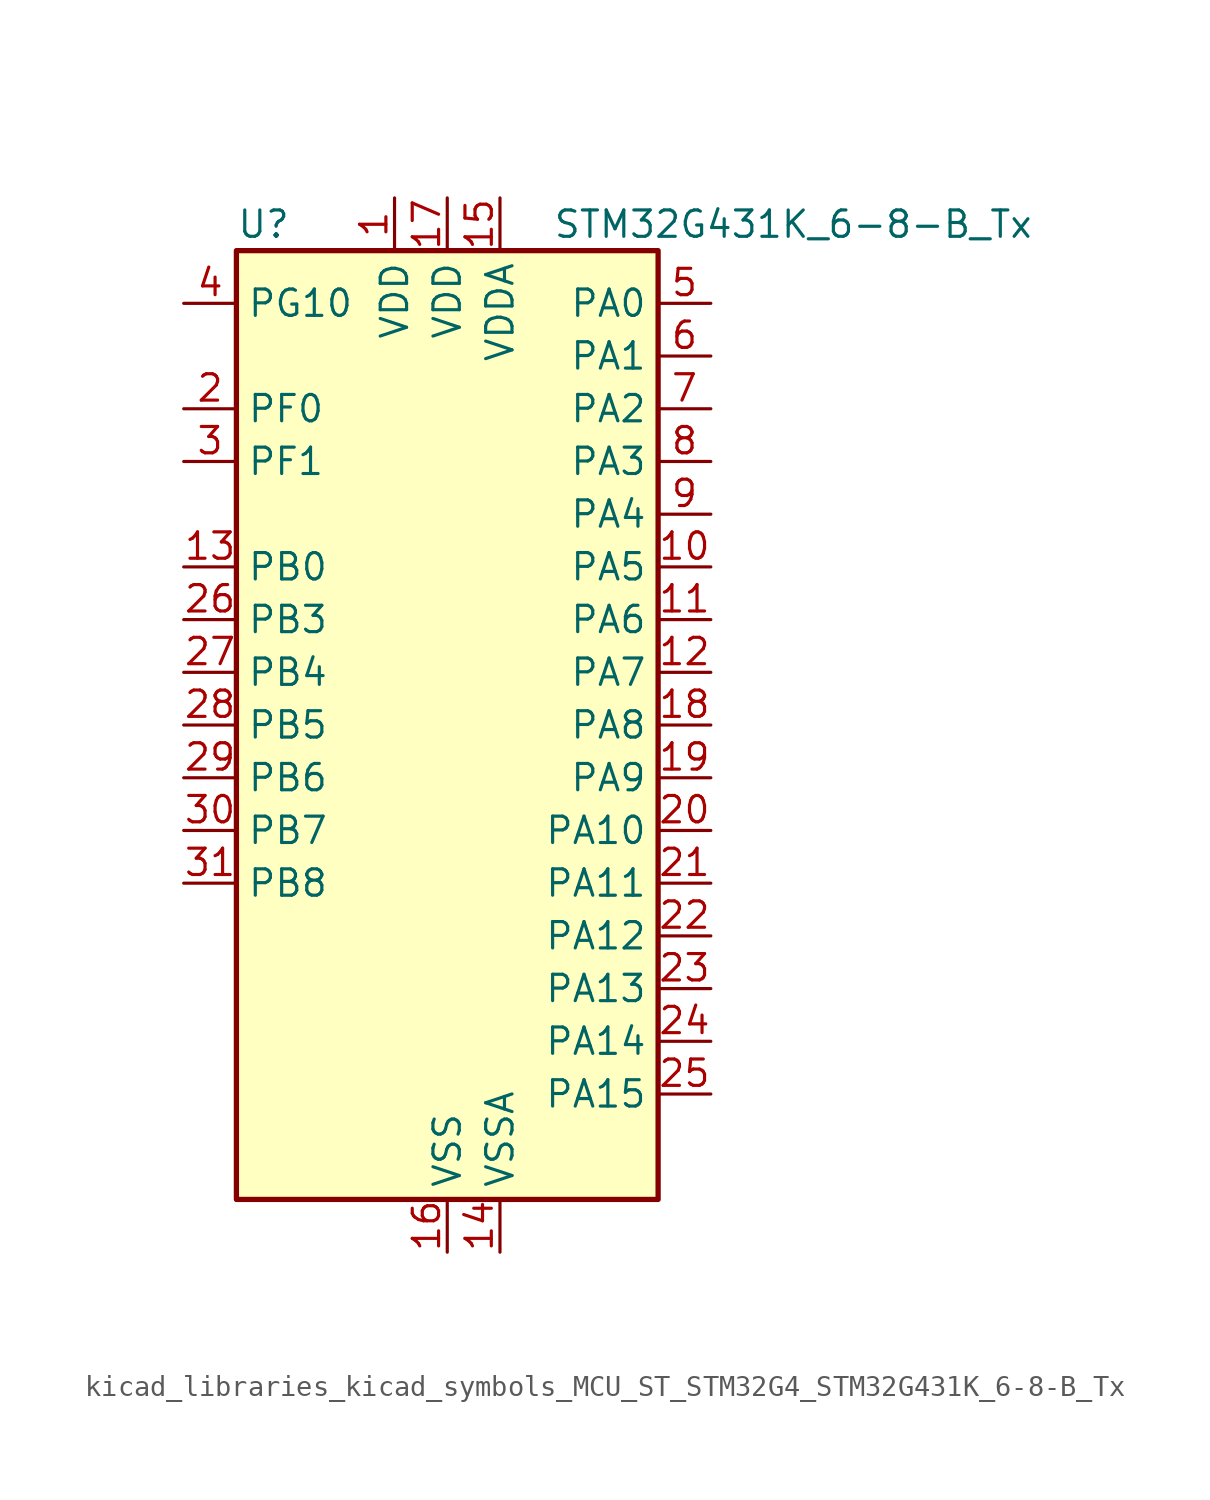
<source format=kicad_sym>
(kicad_symbol_lib
  (version 20220914)
  (generator kicad_symbol_editor)
  (symbol "kicad_libraries_kicad_symbols_MCU_ST_STM32G4_STM32G431K_6-8-B_Tx"
    (property "Reference" "U"
      (at -10.16 24.13 0)
      (effects (font (size 1.27 1.27)) (justify left)))
    (property "Value" "STM32G431K_6-8-B_Tx"
      (at 5.08 24.13 0)
      (effects (font (size 1.27 1.27)) (justify left)))
    (property "ki_locked" ""
      (at 0 0 0)
      (effects (font (size 1.27 1.27))))
    (symbol "kicad_libraries_kicad_symbols_MCU_ST_STM32G4_STM32G431K_6-8-B_Tx_0_1"
      (rectangle (start -10.16 -22.86) (end 10.16 22.86) (stroke (width 0.254) (type default)) (fill (type background))))
    (symbol "kicad_libraries_kicad_symbols_MCU_ST_STM32G4_STM32G431K_6-8-B_Tx_1_1"
      (pin power_in line (at -2.54 25.4 270) (length 2.54) (name "VDD" (effects (font (size 1.27 1.27)))) (number "1" (effects (font (size 1.27 1.27)))))
      (pin bidirectional line (at 12.7 7.62 180) (length 2.54) (name "PA5" (effects (font (size 1.27 1.27)))) (number "10" (effects (font (size 1.27 1.27)))) (alternate "ADC2_IN13" bidirectional line) (alternate "COMP2_INM" bidirectional line) (alternate "DAC1_OUT2" bidirectional line) (alternate "OPAMP2_VINM" bidirectional line) (alternate "OPAMP2_VINM0" bidirectional line) (alternate "OPAMP2_VINM_SEC" bidirectional line) (alternate "SPI1_SCK" bidirectional line) (alternate "TIM2_CH1" bidirectional line) (alternate "TIM2_ETR" bidirectional line) (alternate "UCPD1_FRSTX1" bidirectional line) (alternate "UCPD1_FRSTX2" bidirectional line))
      (pin bidirectional line (at 12.7 5.08 180) (length 2.54) (name "PA6" (effects (font (size 1.27 1.27)))) (number "11" (effects (font (size 1.27 1.27)))) (alternate "ADC2_IN3" bidirectional line) (alternate "COMP1_OUT" bidirectional line) (alternate "LPUART1_CTS" bidirectional line) (alternate "OPAMP2_VOUT" bidirectional line) (alternate "SPI1_MISO" bidirectional line) (alternate "TIM16_CH1" bidirectional line) (alternate "TIM1_BKIN" bidirectional line) (alternate "TIM3_CH1" bidirectional line) (alternate "TIM8_BKIN" bidirectional line))
      (pin bidirectional line (at 12.7 2.54 180) (length 2.54) (name "PA7" (effects (font (size 1.27 1.27)))) (number "12" (effects (font (size 1.27 1.27)))) (alternate "ADC2_IN4" bidirectional line) (alternate "COMP2_INP" bidirectional line) (alternate "COMP2_OUT" bidirectional line) (alternate "OPAMP1_VINP" bidirectional line) (alternate "OPAMP1_VINP_SEC" bidirectional line) (alternate "OPAMP2_VINP" bidirectional line) (alternate "OPAMP2_VINP_SEC" bidirectional line) (alternate "SPI1_MOSI" bidirectional line) (alternate "TIM17_CH1" bidirectional line) (alternate "TIM1_CH1N" bidirectional line) (alternate "TIM3_CH2" bidirectional line) (alternate "TIM8_CH1N" bidirectional line) (alternate "UCPD1_FRSTX1" bidirectional line) (alternate "UCPD1_FRSTX2" bidirectional line))
      (pin bidirectional line (at -12.7 7.62 0) (length 2.54) (name "PB0" (effects (font (size 1.27 1.27)))) (number "13" (effects (font (size 1.27 1.27)))) (alternate "ADC1_IN15" bidirectional line) (alternate "COMP4_INP" bidirectional line) (alternate "OPAMP2_VINP" bidirectional line) (alternate "OPAMP2_VINP_SEC" bidirectional line) (alternate "OPAMP3_VINP" bidirectional line) (alternate "OPAMP3_VINP_SEC" bidirectional line) (alternate "TIM1_CH2N" bidirectional line) (alternate "TIM3_CH3" bidirectional line) (alternate "TIM8_CH2N" bidirectional line) (alternate "UCPD1_FRSTX1" bidirectional line) (alternate "UCPD1_FRSTX2" bidirectional line))
      (pin power_in line (at 2.54 -25.4 90) (length 2.54) (name "VSSA" (effects (font (size 1.27 1.27)))) (number "14" (effects (font (size 1.27 1.27)))))
      (pin power_in line (at 2.54 25.4 270) (length 2.54) (name "VDDA" (effects (font (size 1.27 1.27)))) (number "15" (effects (font (size 1.27 1.27)))))
      (pin power_in line (at 0 -25.4 90) (length 2.54) (name "VSS" (effects (font (size 1.27 1.27)))) (number "16" (effects (font (size 1.27 1.27)))))
      (pin power_in line (at 0 25.4 270) (length 2.54) (name "VDD" (effects (font (size 1.27 1.27)))) (number "17" (effects (font (size 1.27 1.27)))))
      (pin bidirectional line (at 12.7 0 180) (length 2.54) (name "PA8" (effects (font (size 1.27 1.27)))) (number "18" (effects (font (size 1.27 1.27)))) (alternate "I2C2_SDA" bidirectional line) (alternate "I2C3_SCL" bidirectional line) (alternate "I2S2_MCK" bidirectional line) (alternate "RCC_MCO" bidirectional line) (alternate "SAI1_CK2" bidirectional line) (alternate "SAI1_SCK_A" bidirectional line) (alternate "TIM1_CH1" bidirectional line) (alternate "TIM4_ETR" bidirectional line) (alternate "USART1_CK" bidirectional line))
      (pin bidirectional line (at 12.7 -2.54 180) (length 2.54) (name "PA9" (effects (font (size 1.27 1.27)))) (number "19" (effects (font (size 1.27 1.27)))) (alternate "DAC1_EXTI9" bidirectional line) (alternate "DAC3_EXTI9" bidirectional line) (alternate "I2C2_SCL" bidirectional line) (alternate "I2C3_SMBA" bidirectional line) (alternate "I2S3_MCK" bidirectional line) (alternate "SAI1_FS_A" bidirectional line) (alternate "TIM15_BKIN" bidirectional line) (alternate "TIM1_CH2" bidirectional line) (alternate "TIM2_CH3" bidirectional line) (alternate "UCPD1_DBCC1" bidirectional line) (alternate "USART1_TX" bidirectional line))
      (pin bidirectional line (at -12.7 15.24 0) (length 2.54) (name "PF0" (effects (font (size 1.27 1.27)))) (number "2" (effects (font (size 1.27 1.27)))) (alternate "ADC1_IN10" bidirectional line) (alternate "I2C2_SDA" bidirectional line) (alternate "I2S2_WS" bidirectional line) (alternate "RCC_OSC_IN" bidirectional line) (alternate "SPI2_NSS" bidirectional line) (alternate "TIM1_CH3N" bidirectional line))
      (pin bidirectional line (at 12.7 -5.08 180) (length 2.54) (name "PA10" (effects (font (size 1.27 1.27)))) (number "20" (effects (font (size 1.27 1.27)))) (alternate "CRS_SYNC" bidirectional line) (alternate "DAC1_EXTI10" bidirectional line) (alternate "DAC3_EXTI10" bidirectional line) (alternate "I2C2_SMBA" bidirectional line) (alternate "SAI1_D1" bidirectional line) (alternate "SAI1_SD_A" bidirectional line) (alternate "SPI2_MISO" bidirectional line) (alternate "TIM17_BKIN" bidirectional line) (alternate "TIM1_CH3" bidirectional line) (alternate "TIM2_CH4" bidirectional line) (alternate "TIM8_BKIN" bidirectional line) (alternate "UCPD1_DBCC2" bidirectional line) (alternate "USART1_RX" bidirectional line))
      (pin bidirectional line (at 12.7 -7.62 180) (length 2.54) (name "PA11" (effects (font (size 1.27 1.27)))) (number "21" (effects (font (size 1.27 1.27)))) (alternate "ADC1_EXTI11" bidirectional line) (alternate "ADC2_EXTI11" bidirectional line) (alternate "COMP1_OUT" bidirectional line) (alternate "FDCAN1_RX" bidirectional line) (alternate "I2S2_SD" bidirectional line) (alternate "SPI2_MOSI" bidirectional line) (alternate "TIM1_BKIN2" bidirectional line) (alternate "TIM1_CH1N" bidirectional line) (alternate "TIM1_CH4" bidirectional line) (alternate "TIM4_CH1" bidirectional line) (alternate "USART1_CTS" bidirectional line) (alternate "USART1_NSS" bidirectional line) (alternate "USB_DM" bidirectional line))
      (pin bidirectional line (at 12.7 -10.16 180) (length 2.54) (name "PA12" (effects (font (size 1.27 1.27)))) (number "22" (effects (font (size 1.27 1.27)))) (alternate "COMP2_OUT" bidirectional line) (alternate "FDCAN1_TX" bidirectional line) (alternate "I2S_CKIN" bidirectional line) (alternate "TIM16_CH1" bidirectional line) (alternate "TIM1_CH2N" bidirectional line) (alternate "TIM1_ETR" bidirectional line) (alternate "TIM4_CH2" bidirectional line) (alternate "USART1_DE" bidirectional line) (alternate "USART1_RTS" bidirectional line) (alternate "USB_DP" bidirectional line))
      (pin bidirectional line (at 12.7 -12.7 180) (length 2.54) (name "PA13" (effects (font (size 1.27 1.27)))) (number "23" (effects (font (size 1.27 1.27)))) (alternate "I2C1_SCL" bidirectional line) (alternate "IR_OUT" bidirectional line) (alternate "SAI1_SD_B" bidirectional line) (alternate "SYS_JTMS-SWDIO" bidirectional line) (alternate "TIM16_CH1N" bidirectional line) (alternate "TIM4_CH3" bidirectional line))
      (pin bidirectional line (at 12.7 -15.24 180) (length 2.54) (name "PA14" (effects (font (size 1.27 1.27)))) (number "24" (effects (font (size 1.27 1.27)))) (alternate "I2C1_SDA" bidirectional line) (alternate "LPTIM1_OUT" bidirectional line) (alternate "SAI1_FS_B" bidirectional line) (alternate "SYS_JTCK-SWCLK" bidirectional line) (alternate "TIM1_BKIN" bidirectional line) (alternate "TIM8_CH2" bidirectional line) (alternate "USART2_TX" bidirectional line))
      (pin bidirectional line (at 12.7 -17.78 180) (length 2.54) (name "PA15" (effects (font (size 1.27 1.27)))) (number "25" (effects (font (size 1.27 1.27)))) (alternate "ADC1_EXTI15" bidirectional line) (alternate "ADC2_EXTI15" bidirectional line) (alternate "I2C1_SCL" bidirectional line) (alternate "I2S3_WS" bidirectional line) (alternate "SPI1_NSS" bidirectional line) (alternate "SPI3_NSS" bidirectional line) (alternate "SYS_JTDI" bidirectional line) (alternate "TIM1_BKIN" bidirectional line) (alternate "TIM2_CH1" bidirectional line) (alternate "TIM2_ETR" bidirectional line) (alternate "TIM8_CH1" bidirectional line) (alternate "USART2_RX" bidirectional line))
      (pin bidirectional line (at -12.7 5.08 0) (length 2.54) (name "PB3" (effects (font (size 1.27 1.27)))) (number "26" (effects (font (size 1.27 1.27)))) (alternate "CRS_SYNC" bidirectional line) (alternate "I2S3_CK" bidirectional line) (alternate "SAI1_SCK_B" bidirectional line) (alternate "SPI1_SCK" bidirectional line) (alternate "SPI3_SCK" bidirectional line) (alternate "SYS_JTDO-SWO" bidirectional line) (alternate "TIM2_CH2" bidirectional line) (alternate "TIM3_ETR" bidirectional line) (alternate "TIM4_ETR" bidirectional line) (alternate "TIM8_CH1N" bidirectional line) (alternate "USART2_TX" bidirectional line))
      (pin bidirectional line (at -12.7 2.54 0) (length 2.54) (name "PB4" (effects (font (size 1.27 1.27)))) (number "27" (effects (font (size 1.27 1.27)))) (alternate "SAI1_MCLK_B" bidirectional line) (alternate "SPI1_MISO" bidirectional line) (alternate "SPI3_MISO" bidirectional line) (alternate "SYS_JTRST" bidirectional line) (alternate "TIM16_CH1" bidirectional line) (alternate "TIM17_BKIN" bidirectional line) (alternate "TIM3_CH1" bidirectional line) (alternate "TIM8_CH2N" bidirectional line) (alternate "UCPD1_CC2" bidirectional line) (alternate "USART2_RX" bidirectional line))
      (pin bidirectional line (at -12.7 0 0) (length 2.54) (name "PB5" (effects (font (size 1.27 1.27)))) (number "28" (effects (font (size 1.27 1.27)))) (alternate "I2C1_SMBA" bidirectional line) (alternate "I2C3_SDA" bidirectional line) (alternate "I2S3_SD" bidirectional line) (alternate "LPTIM1_IN1" bidirectional line) (alternate "SAI1_SD_B" bidirectional line) (alternate "SPI1_MOSI" bidirectional line) (alternate "SPI3_MOSI" bidirectional line) (alternate "TIM16_BKIN" bidirectional line) (alternate "TIM17_CH1" bidirectional line) (alternate "TIM3_CH2" bidirectional line) (alternate "TIM8_CH3N" bidirectional line) (alternate "USART2_CK" bidirectional line))
      (pin bidirectional line (at -12.7 -2.54 0) (length 2.54) (name "PB6" (effects (font (size 1.27 1.27)))) (number "29" (effects (font (size 1.27 1.27)))) (alternate "COMP4_OUT" bidirectional line) (alternate "LPTIM1_ETR" bidirectional line) (alternate "SAI1_FS_B" bidirectional line) (alternate "TIM16_CH1N" bidirectional line) (alternate "TIM4_CH1" bidirectional line) (alternate "TIM8_BKIN2" bidirectional line) (alternate "TIM8_CH1" bidirectional line) (alternate "TIM8_ETR" bidirectional line) (alternate "UCPD1_CC1" bidirectional line) (alternate "USART1_TX" bidirectional line))
      (pin bidirectional line (at -12.7 12.7 0) (length 2.54) (name "PF1" (effects (font (size 1.27 1.27)))) (number "3" (effects (font (size 1.27 1.27)))) (alternate "ADC2_IN10" bidirectional line) (alternate "COMP3_INM" bidirectional line) (alternate "I2S2_CK" bidirectional line) (alternate "RCC_OSC_OUT" bidirectional line) (alternate "SPI2_SCK" bidirectional line))
      (pin bidirectional line (at -12.7 -5.08 0) (length 2.54) (name "PB7" (effects (font (size 1.27 1.27)))) (number "30" (effects (font (size 1.27 1.27)))) (alternate "COMP3_OUT" bidirectional line) (alternate "I2C1_SDA" bidirectional line) (alternate "LPTIM1_IN2" bidirectional line) (alternate "SYS_PVD_IN" bidirectional line) (alternate "TIM17_CH1N" bidirectional line) (alternate "TIM3_CH4" bidirectional line) (alternate "TIM4_CH2" bidirectional line) (alternate "TIM8_BKIN" bidirectional line) (alternate "USART1_RX" bidirectional line))
      (pin bidirectional line (at -12.7 -7.62 0) (length 2.54) (name "PB8" (effects (font (size 1.27 1.27)))) (number "31" (effects (font (size 1.27 1.27)))) (alternate "COMP1_OUT" bidirectional line) (alternate "FDCAN1_RX" bidirectional line) (alternate "I2C1_SCL" bidirectional line) (alternate "SAI1_CK1" bidirectional line) (alternate "SAI1_MCLK_A" bidirectional line) (alternate "TIM16_CH1" bidirectional line) (alternate "TIM1_BKIN" bidirectional line) (alternate "TIM4_CH3" bidirectional line) (alternate "TIM8_CH2" bidirectional line))
      (pin passive line (at 0 -25.4 90) (length 2.54) hide (name "VSS" (effects (font (size 1.27 1.27)))) (number "32" (effects (font (size 1.27 1.27)))))
      (pin bidirectional line (at -12.7 20.32 0) (length 2.54) (name "PG10" (effects (font (size 1.27 1.27)))) (number "4" (effects (font (size 1.27 1.27)))) (alternate "DAC1_EXTI10" bidirectional line) (alternate "DAC3_EXTI10" bidirectional line) (alternate "RCC_MCO" bidirectional line))
      (pin bidirectional line (at 12.7 20.32 180) (length 2.54) (name "PA0" (effects (font (size 1.27 1.27)))) (number "5" (effects (font (size 1.27 1.27)))) (alternate "ADC1_IN1" bidirectional line) (alternate "ADC2_IN1" bidirectional line) (alternate "COMP1_INM" bidirectional line) (alternate "COMP1_OUT" bidirectional line) (alternate "COMP3_INP" bidirectional line) (alternate "RTC_TAMP2" bidirectional line) (alternate "SYS_WKUP1" bidirectional line) (alternate "TIM2_CH1" bidirectional line) (alternate "TIM2_ETR" bidirectional line) (alternate "TIM8_BKIN" bidirectional line) (alternate "TIM8_ETR" bidirectional line) (alternate "USART2_CTS" bidirectional line) (alternate "USART2_NSS" bidirectional line))
      (pin bidirectional line (at 12.7 17.78 180) (length 2.54) (name "PA1" (effects (font (size 1.27 1.27)))) (number "6" (effects (font (size 1.27 1.27)))) (alternate "ADC1_IN2" bidirectional line) (alternate "ADC2_IN2" bidirectional line) (alternate "COMP1_INP" bidirectional line) (alternate "OPAMP1_VINP" bidirectional line) (alternate "OPAMP1_VINP_SEC" bidirectional line) (alternate "OPAMP3_VINP" bidirectional line) (alternate "OPAMP3_VINP_SEC" bidirectional line) (alternate "RTC_REFIN" bidirectional line) (alternate "TIM15_CH1N" bidirectional line) (alternate "TIM2_CH2" bidirectional line) (alternate "USART2_DE" bidirectional line) (alternate "USART2_RTS" bidirectional line))
      (pin bidirectional line (at 12.7 15.24 180) (length 2.54) (name "PA2" (effects (font (size 1.27 1.27)))) (number "7" (effects (font (size 1.27 1.27)))) (alternate "ADC1_IN3" bidirectional line) (alternate "COMP2_INM" bidirectional line) (alternate "COMP2_OUT" bidirectional line) (alternate "LPUART1_TX" bidirectional line) (alternate "OPAMP1_VOUT" bidirectional line) (alternate "RCC_LSCO" bidirectional line) (alternate "SYS_WKUP4" bidirectional line) (alternate "TIM15_CH1" bidirectional line) (alternate "TIM2_CH3" bidirectional line) (alternate "UCPD1_FRSTX1" bidirectional line) (alternate "UCPD1_FRSTX2" bidirectional line) (alternate "USART2_TX" bidirectional line))
      (pin bidirectional line (at 12.7 12.7 180) (length 2.54) (name "PA3" (effects (font (size 1.27 1.27)))) (number "8" (effects (font (size 1.27 1.27)))) (alternate "ADC1_IN4" bidirectional line) (alternate "COMP2_INP" bidirectional line) (alternate "LPUART1_RX" bidirectional line) (alternate "OPAMP1_VINM" bidirectional line) (alternate "OPAMP1_VINM0" bidirectional line) (alternate "OPAMP1_VINM_SEC" bidirectional line) (alternate "OPAMP1_VINP" bidirectional line) (alternate "OPAMP1_VINP_SEC" bidirectional line) (alternate "SAI1_CK1" bidirectional line) (alternate "SAI1_MCLK_A" bidirectional line) (alternate "TIM15_CH2" bidirectional line) (alternate "TIM2_CH4" bidirectional line) (alternate "USART2_RX" bidirectional line))
      (pin bidirectional line (at 12.7 10.16 180) (length 2.54) (name "PA4" (effects (font (size 1.27 1.27)))) (number "9" (effects (font (size 1.27 1.27)))) (alternate "ADC2_IN17" bidirectional line) (alternate "COMP1_INM" bidirectional line) (alternate "DAC1_OUT1" bidirectional line) (alternate "I2S3_WS" bidirectional line) (alternate "SAI1_FS_B" bidirectional line) (alternate "SPI1_NSS" bidirectional line) (alternate "SPI3_NSS" bidirectional line) (alternate "TIM3_CH2" bidirectional line) (alternate "USART2_CK" bidirectional line)))))
</source>
